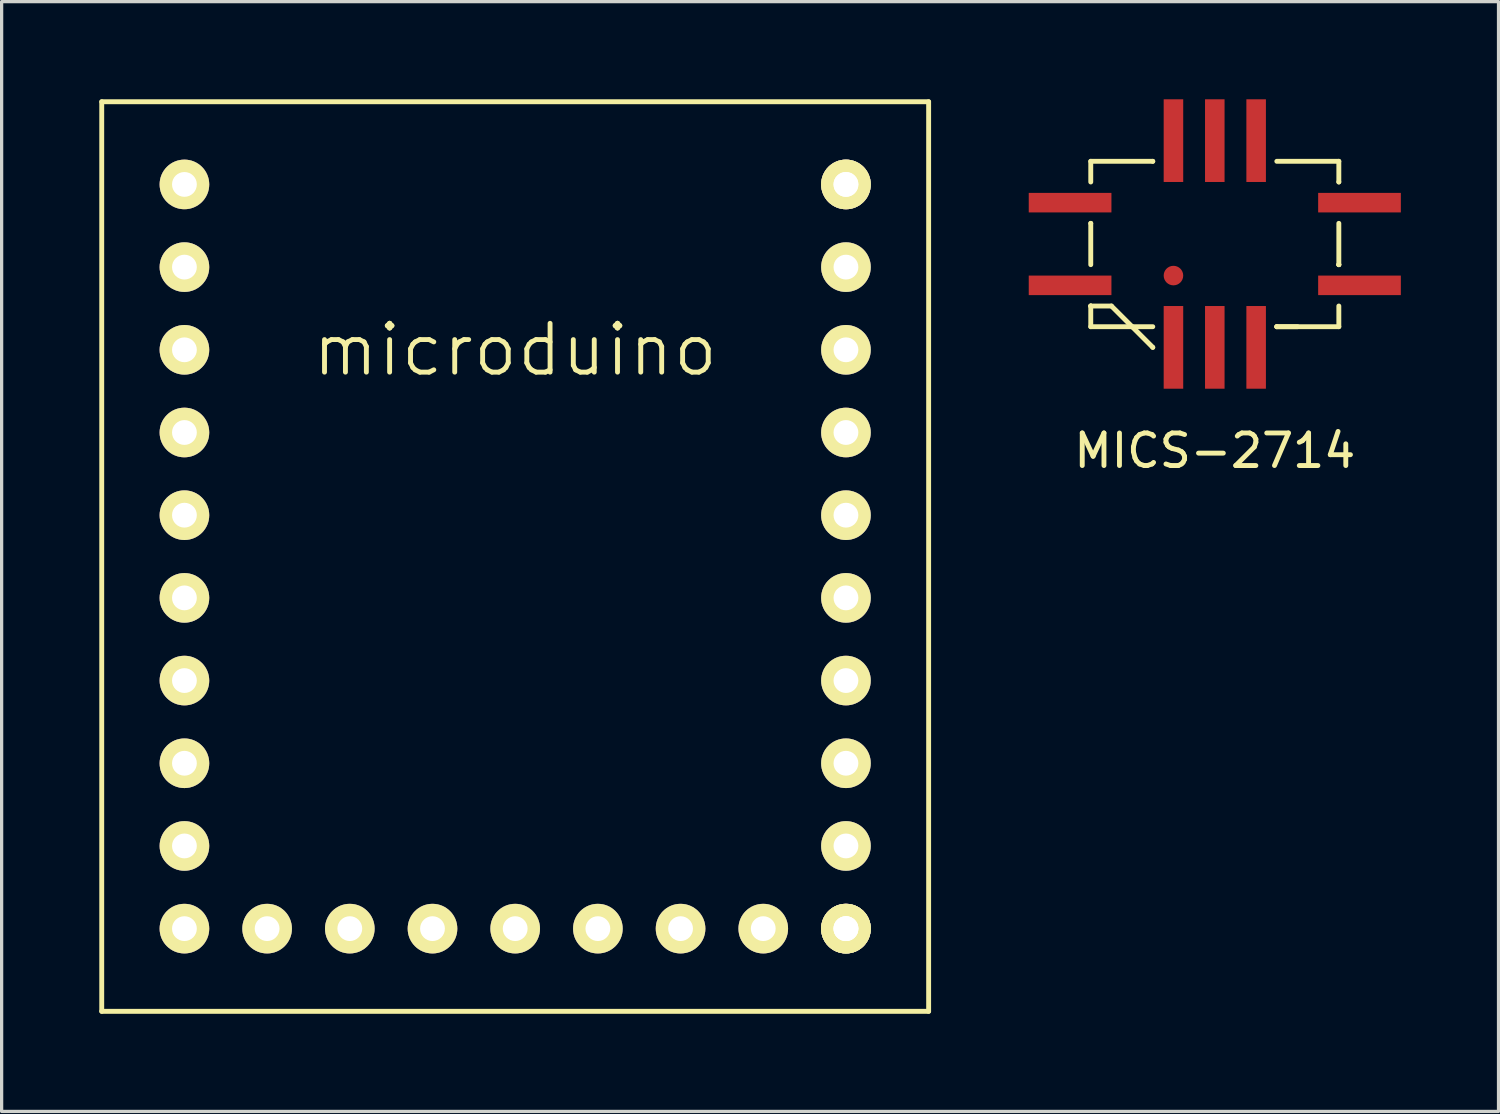
<source format=kicad_pcb>
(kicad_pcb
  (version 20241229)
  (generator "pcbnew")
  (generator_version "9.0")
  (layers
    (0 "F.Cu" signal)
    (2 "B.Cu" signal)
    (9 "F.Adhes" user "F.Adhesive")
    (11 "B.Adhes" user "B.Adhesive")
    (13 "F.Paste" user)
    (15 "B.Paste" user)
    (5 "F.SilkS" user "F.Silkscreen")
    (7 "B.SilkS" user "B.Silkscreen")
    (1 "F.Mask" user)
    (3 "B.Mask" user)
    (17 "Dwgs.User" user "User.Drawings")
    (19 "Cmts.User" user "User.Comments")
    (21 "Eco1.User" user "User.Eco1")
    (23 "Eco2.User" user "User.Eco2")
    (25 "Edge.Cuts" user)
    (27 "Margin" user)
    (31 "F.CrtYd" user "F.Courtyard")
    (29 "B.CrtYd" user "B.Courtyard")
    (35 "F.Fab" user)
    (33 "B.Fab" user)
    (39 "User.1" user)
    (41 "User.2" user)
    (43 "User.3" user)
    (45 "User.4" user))
  (footprint "microduino"
    (layer "F.Cu")
    (at 12.775 15.315)
    (property "Reference" "microduino" (at 0 -7.62 0) (layer "F.SilkS") (effects (font (size 1.5 1.5) (thickness 0.15))))
    (attr through_hole)
    (fp_line (start -12.7 -15.24) (end 12.7 -15.24) (stroke (width 0.15) (type solid)) (layer "F.SilkS"))
    (fp_line (start -12.7 12.7) (end -12.7 -15.24) (stroke (width 0.15) (type solid)) (layer "F.SilkS"))
    (fp_line (start 12.7 -15.24) (end 12.7 12.7) (stroke (width 0.15) (type solid)) (layer "F.SilkS"))
    (fp_line (start 12.7 12.7) (end -12.7 12.7) (stroke (width 0.15) (type solid)) (layer "F.SilkS"))
    (pad "3V3" thru_hole circle (at 10.16 -10.16) (size 1.524 1.524) (drill 0.762) (layers "*.Cu" "*.Mask" "F.SilkS"))
    (pad "3V5" thru_hole circle (at 10.16 -12.7) (size 1.524 1.524) (drill 0.762) (layers "*.Cu" "*.Mask" "F.SilkS"))
    (pad "5V" thru_hole circle (at 10.16 -12.7) (size 1.524 1.524) (drill 0.762) (layers "*.Cu" "*.Mask" "F.SilkS"))
    (pad "A0" thru_hole circle (at 7.62 10.16) (size 1.524 1.524) (drill 0.762) (layers "*.Cu" "*.Mask" "F.SilkS"))
    (pad "A1" thru_hole circle (at 5.08 10.16) (size 1.524 1.524) (drill 0.762) (layers "*.Cu" "*.Mask" "F.SilkS"))
    (pad "A2" thru_hole circle (at 2.54 10.16) (size 1.524 1.524) (drill 0.762) (layers "*.Cu" "*.Mask" "F.SilkS"))
    (pad "A2" thru_hole circle (at 10.16 10.16) (size 1.524 1.524) (drill 0.762) (layers "*.Cu" "*.Mask" "F.SilkS"))
    (pad "A3" thru_hole circle (at 0 10.16) (size 1.524 1.524) (drill 0.762) (layers "*.Cu" "*.Mask" "F.SilkS"))
    (pad "A3" thru_hole circle (at 10.16 10.16) (size 1.524 1.524) (drill 0.762) (layers "*.Cu" "*.Mask" "F.SilkS"))
    (pad "A4" thru_hole circle (at -2.54 10.16) (size 1.524 1.524) (drill 0.762) (layers "*.Cu" "*.Mask" "F.SilkS"))
    (pad "A5" thru_hole circle (at -5.08 10.16) (size 1.524 1.524) (drill 0.762) (layers "*.Cu" "*.Mask" "F.SilkS"))
    (pad "A6" thru_hole circle (at -7.62 10.16) (size 1.524 1.524) (drill 0.762) (layers "*.Cu" "*.Mask" "F.SilkS"))
    (pad "A7" thru_hole circle (at -10.16 10.16) (size 1.524 1.524) (drill 0.762) (layers "*.Cu" "*.Mask" "F.SilkS"))
    (pad "D2" thru_hole circle (at -10.16 2.54) (size 1.524 1.524) (drill 0.762) (layers "*.Cu" "*.Mask" "F.SilkS"))
    (pad "D3" thru_hole circle (at -10.16 0) (size 1.524 1.524) (drill 0.762) (layers "*.Cu" "*.Mask" "F.SilkS"))
    (pad "D4" thru_hole circle (at -10.16 -2.54) (size 1.524 1.524) (drill 0.762) (layers "*.Cu" "*.Mask" "F.SilkS"))
    (pad "D5" thru_hole circle (at -10.16 -5.08) (size 1.524 1.524) (drill 0.762) (layers "*.Cu" "*.Mask" "F.SilkS"))
    (pad "D6" thru_hole circle (at -10.16 -7.62) (size 1.524 1.524) (drill 0.762) (layers "*.Cu" "*.Mask" "F.SilkS"))
    (pad "D7" thru_hole circle (at 10.16 -7.62) (size 1.524 1.524) (drill 0.762) (layers "*.Cu" "*.Mask" "F.SilkS"))
    (pad "D8" thru_hole circle (at 10.16 -5.08) (size 1.524 1.524) (drill 0.762) (layers "*.Cu" "*.Mask" "F.SilkS"))
    (pad "D9" thru_hole circle (at 10.16 -2.54) (size 1.524 1.524) (drill 0.762) (layers "*.Cu" "*.Mask" "F.SilkS"))
    (pad "D10" thru_hole circle (at 10.16 0) (size 1.524 1.524) (drill 0.762) (layers "*.Cu" "*.Mask" "F.SilkS"))
    (pad "D11" thru_hole circle (at 10.16 2.54) (size 1.524 1.524) (drill 0.762) (layers "*.Cu" "*.Mask" "F.SilkS"))
    (pad "D12" thru_hole circle (at 10.16 5.08) (size 1.524 1.524) (drill 0.762) (layers "*.Cu" "*.Mask" "F.SilkS"))
    (pad "D13" thru_hole circle (at 10.16 7.62) (size 1.524 1.524) (drill 0.762) (layers "*.Cu" "*.Mask" "F.SilkS"))
    (pad "GND" thru_hole circle (at -10.16 -12.7) (size 1.524 1.524) (drill 0.762) (layers "*.Cu" "*.Mask" "F.SilkS"))
    (pad "REF" thru_hole circle (at 10.16 10.16) (size 1.524 1.524) (drill 0.762) (layers "*.Cu" "*.Mask" "F.SilkS"))
    (pad "RST" thru_hole circle (at -10.16 -10.16) (size 1.524 1.524) (drill 0.762) (layers "*.Cu" "*.Mask" "F.SilkS"))
    (pad "RX0" thru_hole circle (at -10.16 7.62) (size 1.524 1.524) (drill 0.762) (layers "*.Cu" "*.Mask" "F.SilkS"))
    (pad "TX1" thru_hole circle (at -10.16 5.08) (size 1.524 1.524) (drill 0.762) (layers "*.Cu" "*.Mask" "F.SilkS")))
  (footprint "MICS-2714"
    (layer "F.Cu")
    (at 34.265 4.445)
    (property "Reference" "MICS-2714" (at 0 6.35 0) (layer "F.SilkS") (effects (font (size 1 1) (thickness 0.15))))
    (attr through_hole)
    (fp_line (start -3.81 -2.54) (end -1.905 -2.54) (stroke (width 0.15) (type solid)) (layer "F.SilkS"))
    (fp_line (start -3.81 -1.905) (end -3.81 -2.54) (stroke (width 0.15) (type solid)) (layer "F.SilkS"))
    (fp_line (start -3.81 -0.635) (end -3.81 -0.635) (stroke (width 0.15) (type solid)) (layer "F.SilkS"))
    (fp_line (start -3.81 0.635) (end -3.81 -0.635) (stroke (width 0.15) (type solid)) (layer "F.SilkS"))
    (fp_line (start -3.81 1.905) (end -3.81 1.905) (stroke (width 0.15) (type solid)) (layer "F.SilkS"))
    (fp_line (start -3.81 1.905) (end -3.81 1.905) (stroke (width 0.15) (type solid)) (layer "F.SilkS"))
    (fp_line (start -3.81 2.54) (end -3.81 1.905) (stroke (width 0.15) (type solid)) (layer "F.SilkS"))
    (fp_line (start -3.175 1.905) (end -3.81 1.905) (stroke (width 0.15) (type solid)) (layer "F.SilkS"))
    (fp_line (start -2.54 2.54) (end -3.175 1.905) (stroke (width 0.15) (type solid)) (layer "F.SilkS"))
    (fp_line (start -2.54 2.54) (end -1.905 3.175) (stroke (width 0.15) (type solid)) (layer "F.SilkS"))
    (fp_line (start -1.905 -2.54) (end -1.905 -2.54) (stroke (width 0.15) (type solid)) (layer "F.SilkS"))
    (fp_line (start -1.905 2.54) (end -3.81 2.54) (stroke (width 0.15) (type solid)) (layer "F.SilkS"))
    (fp_line (start -1.905 3.175) (end -1.905 3.175) (stroke (width 0.15) (type solid)) (layer "F.SilkS"))
    (fp_line (start 1.905 -2.54) (end 3.81 -2.54) (stroke (width 0.15) (type solid)) (layer "F.SilkS"))
    (fp_line (start 1.905 2.54) (end 1.905 2.54) (stroke (width 0.15) (type solid)) (layer "F.SilkS"))
    (fp_line (start 1.905 2.54) (end 1.905 2.54) (stroke (width 0.15) (type solid)) (layer "F.SilkS"))
    (fp_line (start 1.905 2.54) (end 2.54 2.54) (stroke (width 0.15) (type solid)) (layer "F.SilkS"))
    (fp_line (start 3.81 -2.54) (end 3.81 -1.905) (stroke (width 0.15) (type solid)) (layer "F.SilkS"))
    (fp_line (start 3.81 -1.905) (end 3.81 -1.905) (stroke (width 0.15) (type solid)) (layer "F.SilkS"))
    (fp_line (start 3.81 -0.635) (end 3.81 0.635) (stroke (width 0.15) (type solid)) (layer "F.SilkS"))
    (fp_line (start 3.81 0.635) (end 3.81 0.635) (stroke (width 0.15) (type solid)) (layer "F.SilkS"))
    (fp_line (start 3.81 0.635) (end 3.81 0.635) (stroke (width 0.15) (type solid)) (layer "F.SilkS"))
    (fp_line (start 3.81 0.635) (end 3.81 0.635) (stroke (width 0.15) (type solid)) (layer "F.SilkS"))
    (fp_line (start 3.81 1.905) (end 3.81 2.54) (stroke (width 0.15) (type solid)) (layer "F.SilkS"))
    (fp_line (start 3.81 2.54) (end 1.905 2.54) (stroke (width 0.15) (type solid)) (layer "F.SilkS"))
    (pad "" smd circle (at -1.27 0.97 90) (size 0.6 0.6) (layers "F.Cu" "F.Mask" "F.Paste"))
    (pad "A" smd rect (at -1.27 3.175) (size 0.6 2.54) (layers "F.Cu" "F.Mask" "F.Paste"))
    (pad "B" smd rect (at 0 3.175) (size 0.6 2.54) (layers "F.Cu" "F.Mask" "F.Paste"))
    (pad "C" smd rect (at 1.27 3.175) (size 0.6 2.54) (layers "F.Cu" "F.Mask" "F.Paste"))
    (pad "D" smd rect (at 4.445 1.27 90) (size 0.6 2.54) (layers "F.Cu" "F.Mask" "F.Paste"))
    (pad "E" smd rect (at 4.445 -1.27 90) (size 0.6 2.54) (layers "F.Cu" "F.Mask" "F.Paste"))
    (pad "F" smd rect (at 1.27 -3.175) (size 0.6 2.54) (layers "F.Cu" "F.Mask" "F.Paste"))
    (pad "G" smd rect (at 0 -3.175) (size 0.6 2.54) (layers "F.Cu" "F.Mask" "F.Paste"))
    (pad "H" smd rect (at -1.27 -3.175) (size 0.6 2.54) (layers "F.Cu" "F.Mask" "F.Paste"))
    (pad "J" smd rect (at -4.445 -1.27 90) (size 0.6 2.54) (layers "F.Cu" "F.Mask" "F.Paste"))
    (pad "K" smd rect (at -4.445 1.27 90) (size 0.6 2.54) (layers "F.Cu" "F.Mask" "F.Paste")))
  (gr_rect
    (start -3 -3)
    (end 42.98 31.09)
    (stroke (width 0.1) (type default))
    (fill no)
    (layer "Edge.Cuts")))
</source>
